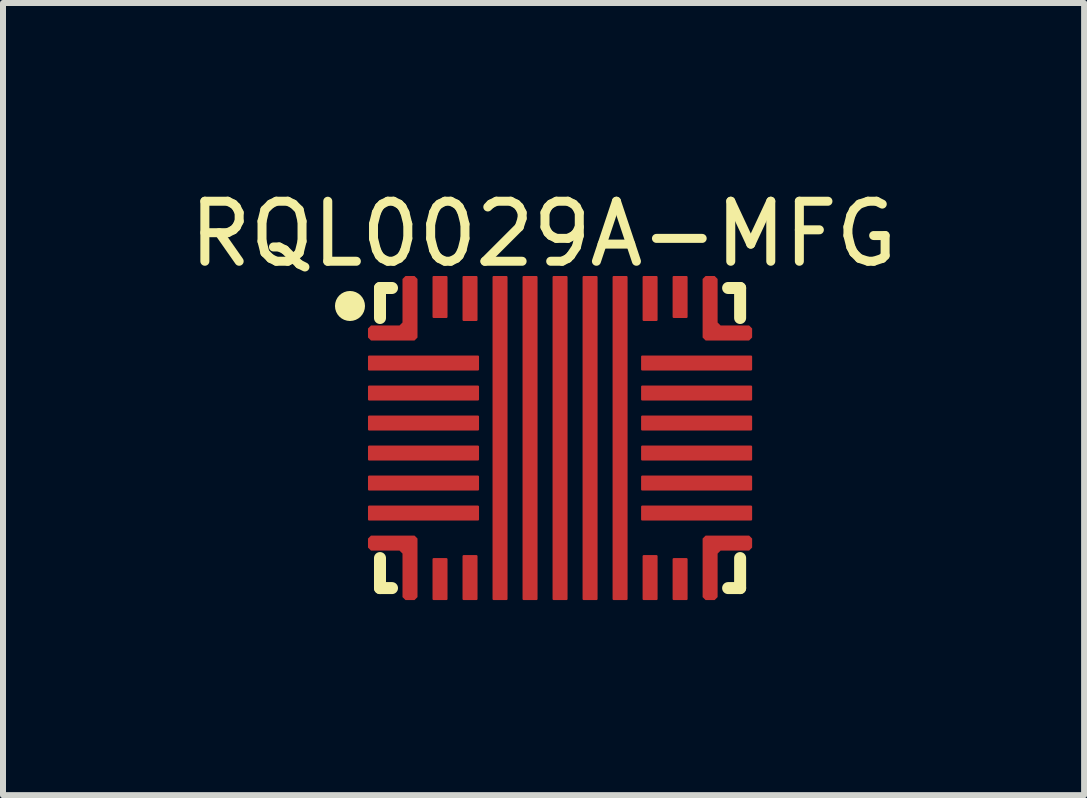
<source format=kicad_pcb>
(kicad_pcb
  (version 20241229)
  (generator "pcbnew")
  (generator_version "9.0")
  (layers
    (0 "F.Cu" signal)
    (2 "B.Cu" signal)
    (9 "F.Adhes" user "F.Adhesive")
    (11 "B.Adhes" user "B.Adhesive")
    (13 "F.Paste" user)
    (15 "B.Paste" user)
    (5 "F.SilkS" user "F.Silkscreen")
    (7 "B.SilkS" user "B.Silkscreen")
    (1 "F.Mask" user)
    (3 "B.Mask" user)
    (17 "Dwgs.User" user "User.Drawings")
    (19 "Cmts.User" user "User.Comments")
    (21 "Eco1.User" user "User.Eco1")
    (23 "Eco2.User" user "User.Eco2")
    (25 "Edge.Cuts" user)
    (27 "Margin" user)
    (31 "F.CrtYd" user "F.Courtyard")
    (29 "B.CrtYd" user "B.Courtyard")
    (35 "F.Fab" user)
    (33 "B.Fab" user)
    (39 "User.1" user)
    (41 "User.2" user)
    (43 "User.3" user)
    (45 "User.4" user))
  (footprint "RQL0029A-MFG"
    (layer "F.Cu")
    (at 6.281 4.248)
    (property "Reference" "RQL0029A-MFG" (at -0.275 -3.4 0) (layer "F.SilkS") (effects (font (size 1 1) (thickness 0.15))))
    (fp_poly (pts (xy -2.575 -2.7) (xy -2.425 -2.7) (xy -2.375 -2.65) (xy -2.375 -1.675) (xy -2.425 -1.625) (xy -3.15 -1.625) (xy -3.2 -1.675) (xy -3.2 -1.825) (xy -3.15 -1.875) (xy -2.675 -1.875) (xy -2.625 -1.925) (xy -2.625 -2.65)) (stroke (width 0) (type default)) (fill yes) (layer "F.Mask"))
    (fp_poly (pts (xy -2.375 2.65) (xy -2.425 2.7) (xy -2.575 2.7) (xy -2.625 2.65) (xy -2.625 1.925) (xy -2.675 1.875) (xy -3.15 1.875) (xy -3.2 1.825) (xy -3.2 1.675) (xy -3.15 1.625) (xy -2.425 1.625) (xy -2.375 1.675)) (stroke (width 0) (type default)) (fill yes) (layer "F.Mask"))
    (fp_poly (pts (xy 2.375 -2.65) (xy 2.425 -2.7) (xy 2.575 -2.7) (xy 2.625 -2.65) (xy 2.625 -1.925) (xy 2.675 -1.875) (xy 3.15 -1.875) (xy 3.2 -1.825) (xy 3.2 -1.675) (xy 3.15 -1.625) (xy 2.425 -1.625) (xy 2.375 -1.675)) (stroke (width 0) (type default)) (fill yes) (layer "F.Mask"))
    (fp_poly (pts (xy 2.575 2.7) (xy 2.425 2.7) (xy 2.375 2.65) (xy 2.375 1.675) (xy 2.425 1.625) (xy 3.15 1.625) (xy 3.2 1.675) (xy 3.2 1.825) (xy 3.15 1.875) (xy 2.675 1.875) (xy 2.625 1.925) (xy 2.625 2.65)) (stroke (width 0) (type default)) (fill yes) (layer "F.Mask"))
    (fp_line (start -3 -2.5) (end -2.8 -2.5) (stroke (width 0.2) (type solid)) (layer "F.SilkS"))
    (fp_line (start -3 -2) (end -3 -2.5) (stroke (width 0.2) (type solid)) (layer "F.SilkS"))
    (fp_line (start -3 2.5) (end -3 2) (stroke (width 0.2) (type solid)) (layer "F.SilkS"))
    (fp_line (start -3 2.5) (end -2.8 2.5) (stroke (width 0.2) (type solid)) (layer "F.SilkS"))
    (fp_line (start 2.8 -2.5) (end 3 -2.5) (stroke (width 0.2) (type solid)) (layer "F.SilkS"))
    (fp_line (start 2.8 2.5) (end 3 2.5) (stroke (width 0.2) (type solid)) (layer "F.SilkS"))
    (fp_line (start 3 -2) (end 3 -2.5) (stroke (width 0.2) (type solid)) (layer "F.SilkS"))
    (fp_line (start 3 2.5) (end 3 2) (stroke (width 0.2) (type solid)) (layer "F.SilkS"))
    (fp_circle (center -3.5 -2.2) (end -3.5 -2.325) (stroke (width 0.25) (type solid)) (fill no) (layer "F.SilkS"))
    (fp_poly (pts (xy -3.2 -1.325) (xy -3.15 -1.375) (xy -2.425 -1.375) (xy -2.375 -1.325) (xy -2.375 -1.175) (xy -2.425 -1.125) (xy -3.15 -1.125) (xy -3.2 -1.175)) (stroke (width 0) (type default)) (fill yes) (layer "F.Paste"))
    (fp_poly (pts (xy -3.2 -0.675) (xy -3.2 -0.825) (xy -3.15 -0.875) (xy -2.425 -0.875) (xy -2.375 -0.825) (xy -2.375 -0.675) (xy -2.425 -0.625) (xy -3.15 -0.625)) (stroke (width 0) (type default)) (fill yes) (layer "F.Paste"))
    (fp_poly (pts (xy -3.2 -0.325) (xy -3.15 -0.375) (xy -2.425 -0.375) (xy -2.375 -0.325) (xy -2.375 -0.175) (xy -2.425 -0.125) (xy -3.15 -0.125) (xy -3.2 -0.175)) (stroke (width 0) (type default)) (fill yes) (layer "F.Paste"))
    (fp_poly (pts (xy -3.2 0.325) (xy -3.2 0.175) (xy -3.15 0.125) (xy -2.425 0.125) (xy -2.375 0.175) (xy -2.375 0.325) (xy -2.425 0.375) (xy -3.15 0.375)) (stroke (width 0) (type default)) (fill yes) (layer "F.Paste"))
    (fp_poly (pts (xy -3.2 0.675) (xy -3.15 0.625) (xy -2.425 0.625) (xy -2.375 0.675) (xy -2.375 0.825) (xy -2.425 0.875) (xy -3.15 0.875) (xy -3.2 0.825)) (stroke (width 0) (type default)) (fill yes) (layer "F.Paste"))
    (fp_poly (pts (xy -3.2 1.325) (xy -3.2 1.175) (xy -3.15 1.125) (xy -2.425 1.125) (xy -2.375 1.175) (xy -2.375 1.325) (xy -2.425 1.375) (xy -3.15 1.375)) (stroke (width 0) (type default)) (fill yes) (layer "F.Paste"))
    (fp_poly (pts (xy -1.4 0.125) (xy -1.35 0.175) (xy -1.35 0.325) (xy -1.4 0.375) (xy -2.125 0.375) (xy -2.175 0.325) (xy -2.175 0.175) (xy -2.125 0.125)) (stroke (width 0) (type default)) (fill yes) (layer "F.Paste"))
    (fp_poly (pts (xy -1.35 -1.325) (xy -1.35 -1.175) (xy -1.4 -1.125) (xy -2.125 -1.125) (xy -2.175 -1.175) (xy -2.175 -1.325) (xy -2.125 -1.375) (xy -1.4 -1.375)) (stroke (width 0) (type default)) (fill yes) (layer "F.Paste"))
    (fp_poly (pts (xy -1.35 -0.825) (xy -1.35 -0.675) (xy -1.4 -0.625) (xy -2.125 -0.625) (xy -2.175 -0.675) (xy -2.175 -0.825) (xy -2.125 -0.875) (xy -1.4 -0.875)) (stroke (width 0) (type default)) (fill yes) (layer "F.Paste"))
    (fp_poly (pts (xy -1.35 -0.175) (xy -1.4 -0.125) (xy -2.125 -0.125) (xy -2.175 -0.175) (xy -2.175 -0.325) (xy -2.125 -0.375) (xy -1.4 -0.375) (xy -1.35 -0.325)) (stroke (width 0) (type default)) (fill yes) (layer "F.Paste"))
    (fp_poly (pts (xy -1.35 0.825) (xy -1.4 0.875) (xy -2.125 0.875) (xy -2.175 0.825) (xy -2.175 0.675) (xy -2.125 0.625) (xy -1.4 0.625) (xy -1.35 0.675)) (stroke (width 0) (type default)) (fill yes) (layer "F.Paste"))
    (fp_poly (pts (xy -1.35 1.325) (xy -1.4 1.375) (xy -2.125 1.375) (xy -2.175 1.325) (xy -2.175 1.175) (xy -2.125 1.125) (xy -1.4 1.125) (xy -1.35 1.175)) (stroke (width 0) (type default)) (fill yes) (layer "F.Paste"))
    (fp_poly (pts (xy -1.125 1.25) (xy -1.125 0.15) (xy -1.075 0.1) (xy -0.925 0.1) (xy -0.875 0.15) (xy -0.875 1.25) (xy -0.925 1.3) (xy -1.075 1.3)) (stroke (width 0) (type default)) (fill yes) (layer "F.Paste"))
    (fp_poly (pts (xy -0.925 -2.7) (xy -0.875 -2.65) (xy -0.875 -1.55) (xy -0.925 -1.5) (xy -1.075 -1.5) (xy -1.125 -1.55) (xy -1.125 -2.65) (xy -1.075 -2.7)) (stroke (width 0) (type default)) (fill yes) (layer "F.Paste"))
    (fp_poly (pts (xy -0.875 -1.25) (xy -0.875 -0.15) (xy -0.925 -0.1) (xy -1.075 -0.1) (xy -1.125 -0.15) (xy -1.125 -1.25) (xy -1.075 -1.3) (xy -0.925 -1.3)) (stroke (width 0) (type default)) (fill yes) (layer "F.Paste"))
    (fp_poly (pts (xy -0.875 1.55) (xy -0.875 2.65) (xy -0.925 2.7) (xy -1.075 2.7) (xy -1.125 2.65) (xy -1.125 1.55) (xy -1.075 1.5) (xy -0.925 1.5)) (stroke (width 0) (type default)) (fill yes) (layer "F.Paste"))
    (fp_poly (pts (xy -0.425 -2.7) (xy -0.375 -2.65) (xy -0.375 -1.55) (xy -0.425 -1.5) (xy -0.575 -1.5) (xy -0.625 -1.55) (xy -0.625 -2.65) (xy -0.575 -2.7)) (stroke (width 0) (type default)) (fill yes) (layer "F.Paste"))
    (fp_poly (pts (xy -0.425 -1.3) (xy -0.375 -1.25) (xy -0.375 -0.15) (xy -0.425 -0.1) (xy -0.575 -0.1) (xy -0.625 -0.15) (xy -0.625 -1.25) (xy -0.575 -1.3)) (stroke (width 0) (type default)) (fill yes) (layer "F.Paste"))
    (fp_poly (pts (xy -0.375 1.25) (xy -0.425 1.3) (xy -0.575 1.3) (xy -0.625 1.25) (xy -0.625 0.15) (xy -0.575 0.1) (xy -0.425 0.1) (xy -0.375 0.15)) (stroke (width 0) (type default)) (fill yes) (layer "F.Paste"))
    (fp_poly (pts (xy -0.375 1.55) (xy -0.375 2.65) (xy -0.425 2.7) (xy -0.575 2.7) (xy -0.625 2.65) (xy -0.625 1.55) (xy -0.575 1.5) (xy -0.425 1.5)) (stroke (width 0) (type default)) (fill yes) (layer "F.Paste"))
    (fp_poly (pts (xy 0.075 -2.7) (xy 0.125 -2.65) (xy 0.125 -1.55) (xy 0.075 -1.5) (xy -0.075 -1.5) (xy -0.125 -1.55) (xy -0.125 -2.65) (xy -0.075 -2.7)) (stroke (width 0) (type default)) (fill yes) (layer "F.Paste"))
    (fp_poly (pts (xy 0.075 0.1) (xy 0.125 0.15) (xy 0.125 1.25) (xy 0.075 1.3) (xy -0.075 1.3) (xy -0.125 1.25) (xy -0.125 0.15) (xy -0.075 0.1)) (stroke (width 0) (type default)) (fill yes) (layer "F.Paste"))
    (fp_poly (pts (xy 0.075 1.5) (xy 0.125 1.55) (xy 0.125 2.65) (xy 0.075 2.7) (xy -0.075 2.7) (xy -0.125 2.65) (xy -0.125 1.55) (xy -0.075 1.5)) (stroke (width 0) (type default)) (fill yes) (layer "F.Paste"))
    (fp_poly (pts (xy 0.125 -0.15) (xy 0.075 -0.1) (xy -0.075 -0.1) (xy -0.125 -0.15) (xy -0.125 -1.25) (xy -0.075 -1.3) (xy 0.075 -1.3) (xy 0.125 -1.25)) (stroke (width 0) (type default)) (fill yes) (layer "F.Paste"))
    (fp_poly (pts (xy 0.425 -2.7) (xy 0.575 -2.7) (xy 0.625 -2.65) (xy 0.625 -1.55) (xy 0.575 -1.5) (xy 0.425 -1.5) (xy 0.375 -1.55) (xy 0.375 -2.65)) (stroke (width 0) (type default)) (fill yes) (layer "F.Paste"))
    (fp_poly (pts (xy 0.575 -1.3) (xy 0.625 -1.25) (xy 0.625 -0.15) (xy 0.575 -0.1) (xy 0.425 -0.1) (xy 0.375 -0.15) (xy 0.375 -1.25) (xy 0.425 -1.3)) (stroke (width 0) (type default)) (fill yes) (layer "F.Paste"))
    (fp_poly (pts (xy 0.575 1.3) (xy 0.425 1.3) (xy 0.375 1.25) (xy 0.375 0.15) (xy 0.425 0.1) (xy 0.575 0.1) (xy 0.625 0.15) (xy 0.625 1.25)) (stroke (width 0) (type default)) (fill yes) (layer "F.Paste"))
    (fp_poly (pts (xy 0.625 1.55) (xy 0.625 2.65) (xy 0.575 2.7) (xy 0.425 2.7) (xy 0.375 2.65) (xy 0.375 1.55) (xy 0.425 1.5) (xy 0.575 1.5)) (stroke (width 0) (type default)) (fill yes) (layer "F.Paste"))
    (fp_poly (pts (xy 0.925 -2.7) (xy 1.075 -2.7) (xy 1.125 -2.65) (xy 1.125 -1.55) (xy 1.075 -1.5) (xy 0.925 -1.5) (xy 0.875 -1.55) (xy 0.875 -2.65)) (stroke (width 0) (type default)) (fill yes) (layer "F.Paste"))
    (fp_poly (pts (xy 1.075 -1.3) (xy 1.125 -1.25) (xy 1.125 -0.15) (xy 1.075 -0.1) (xy 0.925 -0.1) (xy 0.875 -0.15) (xy 0.875 -1.25) (xy 0.925 -1.3)) (stroke (width 0) (type default)) (fill yes) (layer "F.Paste"))
    (fp_poly (pts (xy 1.075 1.3) (xy 0.925 1.3) (xy 0.875 1.25) (xy 0.875 0.15) (xy 0.925 0.1) (xy 1.075 0.1) (xy 1.125 0.15) (xy 1.125 1.25)) (stroke (width 0) (type default)) (fill yes) (layer "F.Paste"))
    (fp_poly (pts (xy 1.125 1.55) (xy 1.125 2.65) (xy 1.075 2.7) (xy 0.925 2.7) (xy 0.875 2.65) (xy 0.875 1.55) (xy 0.925 1.5) (xy 1.075 1.5)) (stroke (width 0) (type default)) (fill yes) (layer "F.Paste"))
    (fp_poly (pts (xy 1.35 -0.675) (xy 1.35 -0.825) (xy 1.4 -0.875) (xy 2.125 -0.875) (xy 2.175 -0.825) (xy 2.175 -0.675) (xy 2.125 -0.625) (xy 1.4 -0.625)) (stroke (width 0) (type default)) (fill yes) (layer "F.Paste"))
    (fp_poly (pts (xy 1.4 -0.125) (xy 1.35 -0.175) (xy 1.35 -0.325) (xy 1.4 -0.375) (xy 2.125 -0.375) (xy 2.175 -0.325) (xy 2.175 -0.175) (xy 2.125 -0.125)) (stroke (width 0) (type default)) (fill yes) (layer "F.Paste"))
    (fp_poly (pts (xy 1.4 0.875) (xy 1.35 0.825) (xy 1.35 0.675) (xy 1.4 0.625) (xy 2.125 0.625) (xy 2.175 0.675) (xy 2.175 0.825) (xy 2.125 0.875)) (stroke (width 0) (type default)) (fill yes) (layer "F.Paste"))
    (fp_poly (pts (xy 1.4 1.375) (xy 1.35 1.325) (xy 1.35 1.175) (xy 1.4 1.125) (xy 2.125 1.125) (xy 2.175 1.175) (xy 2.175 1.325) (xy 2.125 1.375)) (stroke (width 0) (type default)) (fill yes) (layer "F.Paste"))
    (fp_poly (pts (xy 2.125 -1.125) (xy 1.4 -1.125) (xy 1.35 -1.175) (xy 1.35 -1.325) (xy 1.4 -1.375) (xy 2.125 -1.375) (xy 2.175 -1.325) (xy 2.175 -1.175)) (stroke (width 0) (type default)) (fill yes) (layer "F.Paste"))
    (fp_poly (pts (xy 2.175 0.175) (xy 2.175 0.325) (xy 2.125 0.375) (xy 1.4 0.375) (xy 1.35 0.325) (xy 1.35 0.175) (xy 1.4 0.125) (xy 2.125 0.125)) (stroke (width 0) (type default)) (fill yes) (layer "F.Paste"))
    (fp_poly (pts (xy 2.375 -0.825) (xy 2.425 -0.875) (xy 3.15 -0.875) (xy 3.2 -0.825) (xy 3.2 -0.675) (xy 3.15 -0.625) (xy 2.425 -0.625) (xy 2.375 -0.675)) (stroke (width 0) (type default)) (fill yes) (layer "F.Paste"))
    (fp_poly (pts (xy 2.375 0.825) (xy 2.375 0.675) (xy 2.425 0.625) (xy 3.15 0.625) (xy 3.2 0.675) (xy 3.2 0.825) (xy 3.15 0.875) (xy 2.425 0.875)) (stroke (width 0) (type default)) (fill yes) (layer "F.Paste"))
    (fp_poly (pts (xy 2.425 1.125) (xy 3.15 1.125) (xy 3.2 1.175) (xy 3.2 1.325) (xy 3.15 1.375) (xy 2.425 1.375) (xy 2.375 1.325) (xy 2.375 1.175)) (stroke (width 0) (type default)) (fill yes) (layer "F.Paste"))
    (fp_poly (pts (xy 3.15 -1.375) (xy 3.2 -1.325) (xy 3.2 -1.175) (xy 3.15 -1.125) (xy 2.425 -1.125) (xy 2.375 -1.175) (xy 2.375 -1.325) (xy 2.425 -1.375)) (stroke (width 0) (type default)) (fill yes) (layer "F.Paste"))
    (fp_poly (pts (xy 3.15 -0.375) (xy 3.2 -0.325) (xy 3.2 -0.175) (xy 3.15 -0.125) (xy 2.425 -0.125) (xy 2.375 -0.175) (xy 2.375 -0.325) (xy 2.425 -0.375)) (stroke (width 0) (type default)) (fill yes) (layer "F.Paste"))
    (fp_poly (pts (xy 3.2 0.175) (xy 3.2 0.325) (xy 3.15 0.375) (xy 2.425 0.375) (xy 2.375 0.325) (xy 2.375 0.175) (xy 2.425 0.125) (xy 3.15 0.125)) (stroke (width 0) (type default)) (fill yes) (layer "F.Paste"))
    (fp_poly (pts (xy -2.575 -2.7) (xy -2.425 -2.7) (xy -2.375 -2.65) (xy -2.375 -1.675) (xy -2.425 -1.625) (xy -3.15 -1.625) (xy -3.2 -1.675) (xy -3.2 -1.825) (xy -3.15 -1.875) (xy -2.675 -1.875) (xy -2.625 -1.925) (xy -2.625 -2.65)) (stroke (width 0) (type default)) (fill yes) (layer "F.Paste"))
    (fp_poly (pts (xy -2.375 2.65) (xy -2.425 2.7) (xy -2.575 2.7) (xy -2.625 2.65) (xy -2.625 1.925) (xy -2.675 1.875) (xy -3.15 1.875) (xy -3.2 1.825) (xy -3.2 1.675) (xy -3.15 1.625) (xy -2.425 1.625) (xy -2.375 1.675)) (stroke (width 0) (type default)) (fill yes) (layer "F.Paste"))
    (fp_poly (pts (xy 2.375 -2.65) (xy 2.425 -2.7) (xy 2.575 -2.7) (xy 2.625 -2.65) (xy 2.625 -1.925) (xy 2.675 -1.875) (xy 3.15 -1.875) (xy 3.2 -1.825) (xy 3.2 -1.675) (xy 3.15 -1.625) (xy 2.425 -1.625) (xy 2.375 -1.675)) (stroke (width 0) (type default)) (fill yes) (layer "F.Paste"))
    (fp_poly (pts (xy 2.575 2.7) (xy 2.425 2.7) (xy 2.375 2.65) (xy 2.375 1.675) (xy 2.425 1.625) (xy 3.15 1.625) (xy 3.2 1.675) (xy 3.2 1.825) (xy 3.15 1.875) (xy 2.675 1.875) (xy 2.625 1.925) (xy 2.625 2.65)) (stroke (width 0) (type default)) (fill yes) (layer "F.Paste"))
    (fp_line (start -3.4 -2.9) (end 3.4 -2.9) (stroke (width 0.1) (type solid)) (layer "Eco2.User"))
    (fp_line (start -3.4 2.9) (end -3.4 -2.9) (stroke (width 0.1) (type solid)) (layer "Eco2.User"))
    (fp_line (start -3.4 2.9) (end 3.4 2.9) (stroke (width 0.1) (type solid)) (layer "Eco2.User"))
    (fp_line (start 3.4 2.9) (end 3.4 -2.9) (stroke (width 0.1) (type solid)) (layer "Eco2.User"))
    (pad "1" smd circle (at -2.53 -1.78) (size 0.278 0.278) (layers "F.Cu" "F.Mask" "F.Paste"))
    (pad "1" smd custom (at -2.375 -2.65) (size 0.000001 0.000001) (layers "F.Cu") (options (anchor circle)) (primitives (gr_poly (pts (xy 0 0) (xy -0.05 -0.05) (xy -0.2 -0.05) (xy -0.25 0) (xy -0.25 0.725) (xy -0.3 0.775) (xy -0.775 0.775) (xy -0.825 0.825) (xy -0.825 0.975) (xy -0.775 1.025) (xy -0.05 1.025) (xy 0 0.975)) (width 0) (fill yes))))
    (pad "2" smd roundrect (at -2.275 -1.25) (size 1.85 0.25) (layers "F.Cu" "F.Mask" "F.Paste") (roundrect_rratio 0.075))
    (pad "3" smd roundrect (at -2.275 -0.75) (size 1.85 0.25) (layers "F.Cu" "F.Mask" "F.Paste") (roundrect_rratio 0.075))
    (pad "4" smd roundrect (at -2.275 -0.25) (size 1.85 0.25) (layers "F.Cu" "F.Mask" "F.Paste") (roundrect_rratio 0.075))
    (pad "5" smd roundrect (at -2.275 0.25) (size 1.85 0.25) (layers "F.Cu" "F.Mask" "F.Paste") (roundrect_rratio 0.075))
    (pad "6" smd roundrect (at -2.275 0.75) (size 1.85 0.25) (layers "F.Cu" "F.Mask" "F.Paste") (roundrect_rratio 0.075))
    (pad "7" smd roundrect (at -2.275 1.25) (size 1.85 0.25) (layers "F.Cu" "F.Mask" "F.Paste") (roundrect_rratio 0.075))
    (pad "8" smd circle (at -2.53 1.823) (size 0.229 0.229) (layers "F.Cu" "F.Mask" "F.Paste"))
    (pad "8" smd custom (at -2.375 2.65) (size 0.000001 0.000001) (layers "F.Cu") (options (anchor circle)) (primitives (gr_poly (pts (xy 0 0) (xy -0.05 0.05) (xy -0.2 0.05) (xy -0.25 0) (xy -0.25 -0.725) (xy -0.3 -0.775) (xy -0.775 -0.775) (xy -0.825 -0.825) (xy -0.825 -0.975) (xy -0.775 -1.025) (xy -0.05 -1.025) (xy 0 -0.975)) (width 0) (fill yes))))
    (pad "9" smd roundrect (at -2 2.35) (size 0.25 0.7) (layers "F.Cu" "F.Mask" "F.Paste") (roundrect_rratio 0.075))
    (pad "10" smd roundrect (at -1.5 2.325) (size 0.25 0.75) (layers "F.Cu" "F.Mask" "F.Paste") (roundrect_rratio 0.075))
    (pad "11" smd roundrect (at -1 0) (size 0.25 5.4) (layers "F.Cu" "F.Mask" "F.Paste") (roundrect_rratio 0.075))
    (pad "12" smd roundrect (at -0.5 0) (size 0.25 5.4) (layers "F.Cu" "F.Mask" "F.Paste") (roundrect_rratio 0.075))
    (pad "13" smd roundrect (at 0 0) (size 0.25 5.4) (layers "F.Cu" "F.Mask" "F.Paste") (roundrect_rratio 0.075))
    (pad "14" smd roundrect (at 0.5 0) (size 0.25 5.4) (layers "F.Cu" "F.Mask" "F.Paste") (roundrect_rratio 0.075))
    (pad "15" smd roundrect (at 1 0) (size 0.25 5.4) (layers "F.Cu" "F.Mask" "F.Paste") (roundrect_rratio 0.075))
    (pad "16" smd roundrect (at 1.5 2.325) (size 0.25 0.75) (layers "F.Cu" "F.Mask" "F.Paste") (roundrect_rratio 0.075))
    (pad "17" smd roundrect (at 2 2.35) (size 0.25 0.7) (layers "F.Cu" "F.Mask" "F.Paste") (roundrect_rratio 0.075))
    (pad "18" smd custom (at 2.375 2.65) (size 0.000001 0.000001) (layers "F.Cu") (options (anchor circle)) (primitives (gr_poly (pts (xy 0 0) (xy 0.05 0.05) (xy 0.2 0.05) (xy 0.25 0) (xy 0.25 -0.725) (xy 0.3 -0.775) (xy 0.775 -0.775) (xy 0.825 -0.825) (xy 0.825 -0.975) (xy 0.775 -1.025) (xy 0.05 -1.025) (xy 0 -0.975)) (width 0) (fill yes))))
    (pad "18" smd circle (at 2.53 1.823) (size 0.229 0.229) (layers "F.Cu" "F.Mask" "F.Paste"))
    (pad "19" smd roundrect (at 2.275 1.25) (size 1.85 0.25) (layers "F.Cu" "F.Mask" "F.Paste") (roundrect_rratio 0.075))
    (pad "20" smd roundrect (at 2.275 0.75) (size 1.85 0.25) (layers "F.Cu" "F.Mask" "F.Paste") (roundrect_rratio 0.075))
    (pad "21" smd roundrect (at 2.275 0.25) (size 1.85 0.25) (layers "F.Cu" "F.Mask" "F.Paste") (roundrect_rratio 0.075))
    (pad "22" smd roundrect (at 2.275 -0.25) (size 1.85 0.25) (layers "F.Cu" "F.Mask" "F.Paste") (roundrect_rratio 0.075))
    (pad "23" smd roundrect (at 2.275 -0.75) (size 1.85 0.25) (layers "F.Cu" "F.Mask" "F.Paste") (roundrect_rratio 0.075))
    (pad "24" smd roundrect (at 2.275 -1.25) (size 1.85 0.25) (layers "F.Cu" "F.Mask" "F.Paste") (roundrect_rratio 0.075))
    (pad "25" smd custom (at 2.375 -2.65) (size 0.000001 0.000001) (layers "F.Cu") (options (anchor circle)) (primitives (gr_poly (pts (xy 0 0) (xy 0.05 -0.05) (xy 0.2 -0.05) (xy 0.25 0) (xy 0.25 0.725) (xy 0.3 0.775) (xy 0.775 0.775) (xy 0.825 0.825) (xy 0.825 0.975) (xy 0.775 1.025) (xy 0.05 1.025) (xy 0 0.975)) (width 0) (fill yes))))
    (pad "25" smd circle (at 2.53 -1.78) (size 0.278 0.278) (layers "F.Cu" "F.Mask" "F.Paste"))
    (pad "26" smd roundrect (at 2 -2.35) (size 0.25 0.7) (layers "F.Cu" "F.Mask" "F.Paste") (roundrect_rratio 0.075))
    (pad "27" smd roundrect (at 1.5 -2.325) (size 0.25 0.75) (layers "F.Cu" "F.Mask" "F.Paste") (roundrect_rratio 0.075))
    (pad "28" smd roundrect (at -1.5 -2.325) (size 0.25 0.75) (layers "F.Cu" "F.Mask" "F.Paste") (roundrect_rratio 0.075))
    (pad "29" smd roundrect (at -2 -2.35) (size 0.25 0.7) (layers "F.Cu" "F.Mask" "F.Paste") (roundrect_rratio 0.075)))
  (gr_rect
    (start -3 -3)
    (end 15.012 10.198)
    (stroke (width 0.1) (type default))
    (fill no)
    (layer "Edge.Cuts")))
</source>
